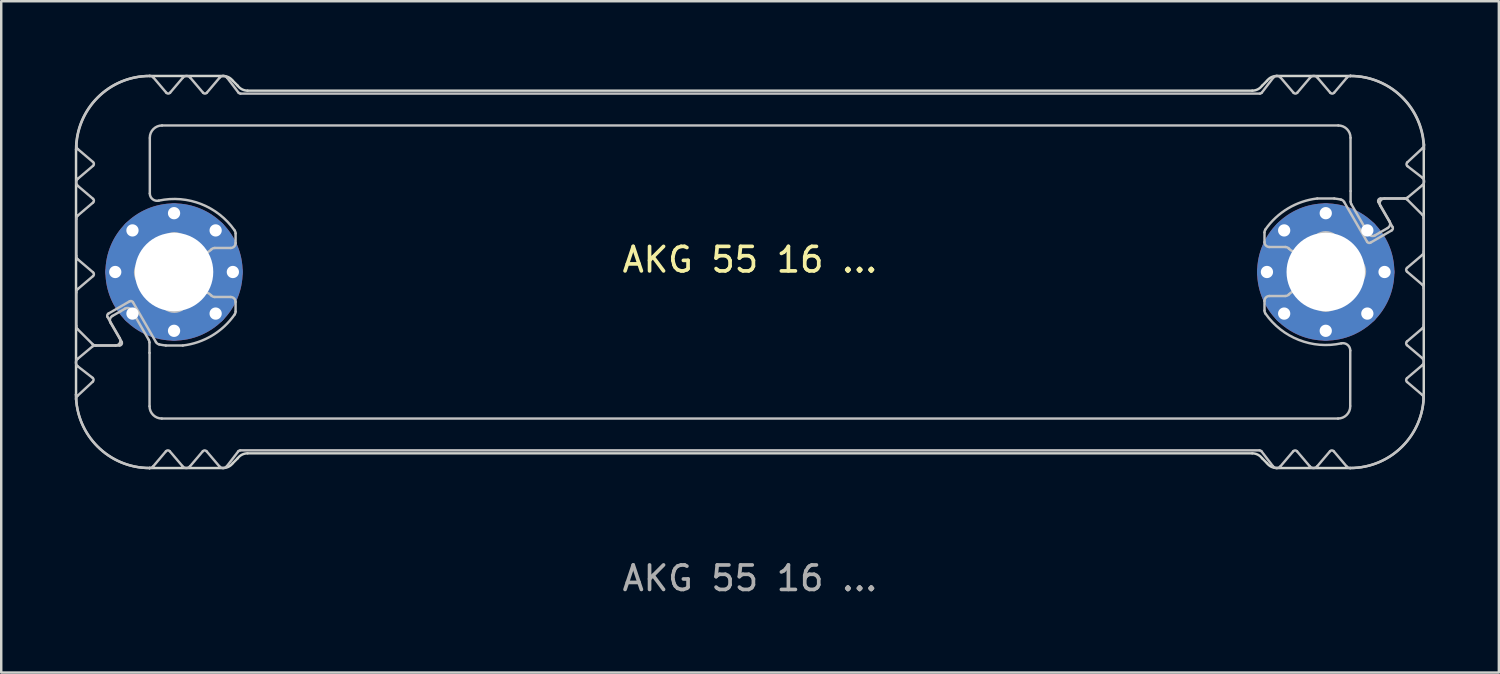
<source format=kicad_pcb>
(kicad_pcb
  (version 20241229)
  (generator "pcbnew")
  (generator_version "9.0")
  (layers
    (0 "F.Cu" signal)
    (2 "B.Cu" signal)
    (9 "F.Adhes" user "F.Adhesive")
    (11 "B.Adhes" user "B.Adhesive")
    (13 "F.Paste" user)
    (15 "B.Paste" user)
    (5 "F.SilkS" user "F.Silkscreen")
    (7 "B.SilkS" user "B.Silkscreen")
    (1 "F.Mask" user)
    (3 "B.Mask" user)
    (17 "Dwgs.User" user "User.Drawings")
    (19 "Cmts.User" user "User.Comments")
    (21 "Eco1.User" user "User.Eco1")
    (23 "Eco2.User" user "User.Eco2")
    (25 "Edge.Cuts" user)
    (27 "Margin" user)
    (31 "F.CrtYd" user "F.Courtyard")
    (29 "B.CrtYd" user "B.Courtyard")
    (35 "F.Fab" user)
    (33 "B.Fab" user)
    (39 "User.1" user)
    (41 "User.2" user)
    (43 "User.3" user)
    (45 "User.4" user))
  (footprint "AKG 55 16 ..."
    (layer "F.Cu")
    (at 27.553 8.05)
    (property "Reference" "AKG 55 16 ..." (at 0 -0.5 0) (unlocked yes) (layer "F.SilkS") (effects (font (size 1 1) (thickness 0.15))))
    (attr exclude_from_pos_files dnp)
    (fp_poly (pts (xy -24.546 6.7) (xy -24.546 3) (xy -25 3) (xy -26.646 3) (xy -27.446 3.7) (xy -26.646 4.4) (xy -27.446 5.1) (xy -27.446 8) (xy -24.546 8)) (stroke (width 0.1) (type solid)) (fill yes) (layer "B.Mask"))
    (fp_poly (pts (xy -20.846 -7.3) (xy 0.054 -7.3) (xy 0.054 -6) (xy -24.446 -6) (xy -24.446 -8) (xy -23.746 -7.2) (xy -22.996 -8) (xy -22.246 -7.2) (xy -21.496 -8)) (stroke (width 0.1) (type solid)) (fill yes) (layer "B.Mask"))
    (fp_poly (pts (xy -20.846 7.3) (xy 0.054 7.3) (xy 0.054 6) (xy -24.446 6) (xy -24.446 8) (xy -23.746 7.2) (xy -22.996 8) (xy -22.246 7.2) (xy -21.496 8)) (stroke (width 0.1) (type solid)) (fill yes) (layer "B.Mask"))
    (fp_poly (pts (xy 20.854 -7.3) (xy -0.046 -7.3) (xy -0.046 -6) (xy 24.454 -6) (xy 24.454 -8) (xy 23.754 -7.2) (xy 23.004 -8) (xy 22.254 -7.2) (xy 21.504 -8)) (stroke (width 0.1) (type solid)) (fill yes) (layer "B.Mask"))
    (fp_poly (pts (xy 20.854 7.3) (xy -0.046 7.3) (xy -0.046 6) (xy 24.454 6) (xy 24.454 8) (xy 23.754 7.2) (xy 23.004 8) (xy 22.254 7.2) (xy 21.504 8)) (stroke (width 0.1) (type solid)) (fill yes) (layer "B.Mask"))
    (fp_poly (pts (xy 24.554 -6.7) (xy 24.554 -4.7) (xy 24.554 -3) (xy 25.7 -3) (xy 26.654 -3) (xy 27.454 -3.7) (xy 26.654 -4.4) (xy 27.454 -5.1) (xy 27.454 -8) (xy 24.554 -8)) (stroke (width 0.1) (type solid)) (fill yes) (layer "B.Mask"))
    (fp_poly (pts (xy -24.546 -6.7) (xy -24.546 -4.7) (xy -24.546 3) (xy -26.646 3) (xy -27.5 2.3) (xy -27.5 0.9) (xy -26.646 0.1) (xy -27.446 -0.6) (xy -27.446 -2.2) (xy -26.546 -2.9) (xy -27.446 -3.7) (xy -26.646 -4.4) (xy -27.446 -5.1) (xy -27.446 -8) (xy -24.546 -8)) (stroke (width 0.1) (type solid)) (fill yes) (layer "B.Mask"))
    (fp_poly (pts (xy 24.554 6.7) (xy 24.554 4.7) (xy 24.554 -3) (xy 26.654 -3) (xy 27.5 -2.3) (xy 27.5 -0.8) (xy 26.654 -0.1) (xy 27.454 0.6) (xy 27.454 2.2) (xy 26.554 2.9) (xy 27.454 3.7) (xy 26.654 4.4) (xy 27.454 5.1) (xy 27.454 8) (xy 24.554 8)) (stroke (width 0.1) (type solid)) (fill yes) (layer "B.Mask"))
    (fp_line (start -27.489 -0.66) (end -27.489 -2.16) (stroke (width 0.1) (type solid)) (layer "Dwgs.User"))
    (fp_line (start -27.489 2.197) (end -27.489 0.84) (stroke (width 0.1) (type solid)) (layer "Dwgs.User"))
    (fp_line (start -27.439 5.053) (end -26.815 4.473) (stroke (width 0.1) (type solid)) (layer "Dwgs.User"))
    (fp_line (start -27.433 3.543) (end -26.839 3.046) (stroke (width 0.1) (type solid)) (layer "Dwgs.User"))
    (fp_line (start -27.419 -3.812) (end -26.805 -4.334) (stroke (width 0.1) (type solid)) (layer "Dwgs.User"))
    (fp_line (start -27.419 -2.312) (end -26.805 -2.834) (stroke (width 0.1) (type solid)) (layer "Dwgs.User"))
    (fp_line (start -27.419 0.688) (end -26.805 0.166) (stroke (width 0.1) (type solid)) (layer "Dwgs.User"))
    (fp_line (start -26.828 2.941) (end -27.431 2.339) (stroke (width 0.1) (type solid)) (layer "Dwgs.User"))
    (fp_line (start -26.822 4.321) (end -27.425 3.853) (stroke (width 0.1) (type solid)) (layer "Dwgs.User"))
    (fp_line (start -26.805 -4.486) (end -27.419 -5.008) (stroke (width 0.1) (type solid)) (layer "Dwgs.User"))
    (fp_line (start -26.805 -2.986) (end -27.419 -3.508) (stroke (width 0.1) (type solid)) (layer "Dwgs.User"))
    (fp_line (start -26.805 0.014) (end -27.419 -0.508) (stroke (width 0.1) (type solid)) (layer "Dwgs.User"))
    (fp_line (start -26.71 3) (end -25.727 3) (stroke (width 0.1) (type solid)) (layer "Dwgs.User"))
    (fp_line (start -26.216 1.834) (end -25.716 2.7) (stroke (width 0.1) (type solid)) (layer "Dwgs.User"))
    (fp_line (start -26.018 1.795) (end -25.683 1.602) (stroke (width 0.1) (type solid)) (layer "Dwgs.User"))
    (fp_line (start -25.889 3) (end -26.686 3) (stroke (width 0.1) (type solid)) (layer "Dwgs.User"))
    (fp_line (start -25.683 1.602) (end -25.499 1.495) (stroke (width 0.1) (type solid)) (layer "Dwgs.User"))
    (fp_line (start -25.64 2.85) (end -26.092 2.068) (stroke (width 0.1) (type solid)) (layer "Dwgs.User"))
    (fp_line (start -25.313 1.197) (end -26.179 1.697) (stroke (width 0.1) (type solid)) (layer "Dwgs.User"))
    (fp_line (start -25.225 1.568) (end -24.53 2.773) (stroke (width 0.1) (type solid)) (layer "Dwgs.User"))
    (fp_line (start -24.503 2.873) (end -24.503 3.3) (stroke (width 0.1) (type solid)) (layer "Dwgs.User"))
    (fp_line (start -24.502 8) (end -24.502 8) (stroke (width 0.1) (type solid)) (layer "Dwgs.User"))
    (fp_line (start -24.501 8) (end -24.502 8) (stroke (width 0.1) (type solid)) (layer "Dwgs.User"))
    (fp_line (start -24.5 3.3) (end -24.5 5.48) (stroke (width 0.1) (type solid)) (layer "Dwgs.User"))
    (fp_line (start -24.489 -5.456) (end -24.489 -3.205) (stroke (width 0.1) (type solid)) (layer "Dwgs.User"))
    (fp_line (start -24.336 -7.929) (end -23.815 -7.315) (stroke (width 0.1) (type solid)) (layer "Dwgs.User"))
    (fp_line (start -24.238 2.86) (end -25.177 1.234) (stroke (width 0.1) (type solid)) (layer "Dwgs.User"))
    (fp_line (start -24 5.98) (end 24 5.98) (stroke (width 0.1) (type solid)) (layer "Dwgs.User"))
    (fp_line (start -23.829 7.315) (end -24.349 7.929) (stroke (width 0.1) (type solid)) (layer "Dwgs.User"))
    (fp_line (start -23.663 -7.315) (end -23.142 -7.929) (stroke (width 0.1) (type solid)) (layer "Dwgs.User"))
    (fp_line (start -23.164 7.914) (end -23.674 7.315) (stroke (width 0.1) (type solid)) (layer "Dwgs.User"))
    (fp_line (start -23.143 3) (end -23.835 3) (stroke (width 0.1) (type solid)) (layer "Dwgs.User"))
    (fp_line (start -22.837 -7.929) (end -22.315 -7.315) (stroke (width 0.1) (type solid)) (layer "Dwgs.User"))
    (fp_line (start -22.326 7.315) (end -22.848 7.929) (stroke (width 0.1) (type solid)) (layer "Dwgs.User"))
    (fp_line (start -22.163 -7.315) (end -21.642 -7.929) (stroke (width 0.1) (type solid)) (layer "Dwgs.User"))
    (fp_line (start -21.838 1.02) (end -21.189 1.02) (stroke (width 0.1) (type solid)) (layer "Dwgs.User"))
    (fp_line (start -21.653 7.929) (end -22.174 7.315) (stroke (width 0.1) (type solid)) (layer "Dwgs.User"))
    (fp_line (start -21.33 -7.922) (end -20.869 -7.319) (stroke (width 0.1) (type solid)) (layer "Dwgs.User"))
    (fp_line (start -21.189 -0.98) (end -21.838 -0.98) (stroke (width 0.1) (type solid)) (layer "Dwgs.User"))
    (fp_line (start -20.989 -1.577) (end -20.989 -1.18) (stroke (width 0.1) (type solid)) (layer "Dwgs.User"))
    (fp_line (start -20.989 1.22) (end -20.989 1.617) (stroke (width 0.1) (type solid)) (layer "Dwgs.User"))
    (fp_line (start -20.879 7.319) (end -21.341 7.922) (stroke (width 0.1) (type solid)) (layer "Dwgs.User"))
    (fp_line (start -20.789 -7.28) (end 20.811 -7.28) (stroke (width 0.1) (type solid)) (layer "Dwgs.User"))
    (fp_line (start 20.8 7.28) (end -20.8 7.28) (stroke (width 0.1) (type solid)) (layer "Dwgs.User"))
    (fp_line (start 20.89 -7.319) (end 21.352 -7.922) (stroke (width 0.1) (type solid)) (layer "Dwgs.User"))
    (fp_line (start 21 -1.22) (end 21 -1.617) (stroke (width 0.1) (type solid)) (layer "Dwgs.User"))
    (fp_line (start 21 1.577) (end 21 1.18) (stroke (width 0.1) (type solid)) (layer "Dwgs.User"))
    (fp_line (start 21.2 0.98) (end 21.849 0.98) (stroke (width 0.1) (type solid)) (layer "Dwgs.User"))
    (fp_line (start 21.341 7.922) (end 20.879 7.319) (stroke (width 0.1) (type solid)) (layer "Dwgs.User"))
    (fp_line (start 21.663 -7.929) (end 22.185 -7.315) (stroke (width 0.1) (type solid)) (layer "Dwgs.User"))
    (fp_line (start 21.849 -1.02) (end 21.2 -1.02) (stroke (width 0.1) (type solid)) (layer "Dwgs.User"))
    (fp_line (start 22.174 7.315) (end 21.652 7.929) (stroke (width 0.1) (type solid)) (layer "Dwgs.User"))
    (fp_line (start 22.337 -7.315) (end 22.858 -7.929) (stroke (width 0.1) (type solid)) (layer "Dwgs.User"))
    (fp_line (start 22.847 7.929) (end 22.326 7.315) (stroke (width 0.1) (type solid)) (layer "Dwgs.User"))
    (fp_line (start 23.154 -3) (end 23.846 -3) (stroke (width 0.1) (type solid)) (layer "Dwgs.User"))
    (fp_line (start 23.175 -7.914) (end 23.685 -7.315) (stroke (width 0.1) (type solid)) (layer "Dwgs.User"))
    (fp_line (start 23.674 7.315) (end 23.152 7.929) (stroke (width 0.1) (type solid)) (layer "Dwgs.User"))
    (fp_line (start 23.84 -7.315) (end 24.36 -7.929) (stroke (width 0.1) (type solid)) (layer "Dwgs.User"))
    (fp_line (start 24.011 -5.98) (end -23.989 -5.98) (stroke (width 0.1) (type solid)) (layer "Dwgs.User"))
    (fp_line (start 24.249 -2.86) (end 25.188 -1.234) (stroke (width 0.1) (type solid)) (layer "Dwgs.User"))
    (fp_line (start 24.346 7.929) (end 23.826 7.315) (stroke (width 0.1) (type solid)) (layer "Dwgs.User"))
    (fp_line (start 24.499 5.456) (end 24.5 3.205) (stroke (width 0.1) (type solid)) (layer "Dwgs.User"))
    (fp_line (start 24.512 -8) (end 24.512 -8) (stroke (width 0.1) (type solid)) (layer "Dwgs.User"))
    (fp_line (start 24.512 -8) (end 24.513 -8) (stroke (width 0.1) (type solid)) (layer "Dwgs.User"))
    (fp_line (start 24.514 -3.305) (end 24.511 -5.476) (stroke (width 0.1) (type solid)) (layer "Dwgs.User"))
    (fp_line (start 24.514 -2.873) (end 24.514 -3.3) (stroke (width 0.1) (type solid)) (layer "Dwgs.User"))
    (fp_line (start 25.236 -1.568) (end 24.541 -2.773) (stroke (width 0.1) (type solid)) (layer "Dwgs.User"))
    (fp_line (start 25.324 -1.197) (end 26.19 -1.697) (stroke (width 0.1) (type solid)) (layer "Dwgs.User"))
    (fp_line (start 25.651 -2.85) (end 26.102 -2.068) (stroke (width 0.1) (type solid)) (layer "Dwgs.User"))
    (fp_line (start 25.694 -1.602) (end 25.509 -1.495) (stroke (width 0.1) (type solid)) (layer "Dwgs.User"))
    (fp_line (start 25.9 -3) (end 26.697 -3) (stroke (width 0.1) (type solid)) (layer "Dwgs.User"))
    (fp_line (start 26.029 -1.795) (end 25.694 -1.602) (stroke (width 0.1) (type solid)) (layer "Dwgs.User"))
    (fp_line (start 26.227 -1.834) (end 25.727 -2.7) (stroke (width 0.1) (type solid)) (layer "Dwgs.User"))
    (fp_line (start 26.721 -3) (end 25.738 -3) (stroke (width 0.1) (type solid)) (layer "Dwgs.User"))
    (fp_line (start 26.815 -0.014) (end 27.429 0.508) (stroke (width 0.1) (type solid)) (layer "Dwgs.User"))
    (fp_line (start 26.815 2.986) (end 27.429 3.508) (stroke (width 0.1) (type solid)) (layer "Dwgs.User"))
    (fp_line (start 26.815 4.486) (end 27.429 5.008) (stroke (width 0.1) (type solid)) (layer "Dwgs.User"))
    (fp_line (start 26.832 -4.321) (end 27.436 -3.853) (stroke (width 0.1) (type solid)) (layer "Dwgs.User"))
    (fp_line (start 26.839 -2.941) (end 27.441 -2.339) (stroke (width 0.1) (type solid)) (layer "Dwgs.User"))
    (fp_line (start 27.429 -0.688) (end 26.815 -0.166) (stroke (width 0.1) (type solid)) (layer "Dwgs.User"))
    (fp_line (start 27.429 2.312) (end 26.815 2.834) (stroke (width 0.1) (type solid)) (layer "Dwgs.User"))
    (fp_line (start 27.429 3.812) (end 26.815 4.334) (stroke (width 0.1) (type solid)) (layer "Dwgs.User"))
    (fp_line (start 27.443 -3.543) (end 26.849 -3.047) (stroke (width 0.1) (type solid)) (layer "Dwgs.User"))
    (fp_line (start 27.45 -5.053) (end 26.826 -4.473) (stroke (width 0.1) (type solid)) (layer "Dwgs.User"))
    (fp_line (start 27.5 -2.197) (end 27.5 -0.84) (stroke (width 0.1) (type solid)) (layer "Dwgs.User"))
    (fp_line (start 27.5 0.66) (end 27.5 2.16) (stroke (width 0.1) (type solid)) (layer "Dwgs.User"))
    (fp_arc (start -27.502431 5.214496) (mid -27.48921 5.126511) (end -27.439103 5.05299) (stroke (width 0.1) (type solid)) (layer "Dwgs.User"))
    (fp_arc (start -27.48919 -2.16003) (mid -27.470691 -2.24403) (end -27.418628 -2.312496) (stroke (width 0.1) (type solid)) (layer "Dwgs.User"))
    (fp_arc (start -27.48919 0.83997) (mid -27.470691 0.75597) (end -27.418628 0.687504) (stroke (width 0.1) (type solid)) (layer "Dwgs.User"))
    (fp_arc (start -27.488629 -5.00003) (mid -26.609776 -7.121528) (end -24.488132 -8.00003) (stroke (width 0.1) (type solid)) (layer "Dwgs.User"))
    (fp_arc (start -27.430611 2.338548) (mid -27.473952 2.273658) (end -27.48919 2.197127) (stroke (width 0.1) (type solid)) (layer "Dwgs.User"))
    (fp_arc (start -27.425499 3.853059) (mid -27.502937 3.699538) (end -27.432592 3.542641) (stroke (width 0.1) (type solid)) (layer "Dwgs.User"))
    (fp_arc (start -27.418628 -5.007564) (mid -27.473021 -5.081251) (end -27.488863 -5.171459) (stroke (width 0.1) (type solid)) (layer "Dwgs.User"))
    (fp_arc (start -27.418628 -3.507564) (mid -27.489188 -3.66003) (end -27.418628 -3.812496) (stroke (width 0.1) (type solid)) (layer "Dwgs.User"))
    (fp_arc (start -27.418628 -0.507564) (mid -27.470694 -0.576029) (end -27.48919 -0.66003) (stroke (width 0.1) (type solid)) (layer "Dwgs.User"))
    (fp_arc (start -26.838668 3.046481) (mid -26.778648 3.011946) (end -26.710445 2.99997) (stroke (width 0.1) (type solid)) (layer "Dwgs.User"))
    (fp_arc (start -26.821739 4.320925) (mid -26.783088 4.395508) (end -26.814937 4.473239) (stroke (width 0.1) (type solid)) (layer "Dwgs.User"))
    (fp_arc (start -26.804583 -4.486263) (mid -26.769295 -4.41003) (end -26.804583 -4.333797) (stroke (width 0.1) (type solid)) (layer "Dwgs.User"))
    (fp_arc (start -26.804583 -2.986263) (mid -26.769295 -2.91003) (end -26.804583 -2.833797) (stroke (width 0.1) (type solid)) (layer "Dwgs.User"))
    (fp_arc (start -26.804583 0.013737) (mid -26.769295 0.08997) (end -26.804583 0.166203) (stroke (width 0.1) (type solid)) (layer "Dwgs.User"))
    (fp_arc (start -26.686347 2.99997) (mid -26.762877 2.984729) (end -26.827769 2.941391) (stroke (width 0.1) (type solid)) (layer "Dwgs.User"))
    (fp_arc (start -26.215985 1.833944) (mid -26.225952 1.758068) (end -26.179382 1.697342) (stroke (width 0.1) (type solid)) (layer "Dwgs.User"))
    (fp_arc (start -26.091514 2.068343) (mid -26.111468 1.916586) (end -26.018309 1.795138) (stroke (width 0.1) (type solid)) (layer "Dwgs.User"))
    (fp_arc (start -25.715985 2.69997) (mid -25.715978 2.899974) (end -25.88919 2.99997) (stroke (width 0.1) (type solid)) (layer "Dwgs.User"))
    (fp_arc (start -25.640241 2.84997) (mid -25.640233 2.949975) (end -25.726844 2.99997) (stroke (width 0.1) (type solid)) (layer "Dwgs.User"))
    (fp_arc (start -25.498694 1.495138) (mid -25.346932 1.475166) (end -25.225489 1.568343) (stroke (width 0.1) (type solid)) (layer "Dwgs.User"))
    (fp_arc (start -25.313357 1.197342) (mid -25.237484 1.187387) (end -25.176754 1.233944) (stroke (width 0.1) (type solid)) (layer "Dwgs.User"))
    (fp_arc (start -24.65419 -0.556897) (mid -24.408426 -0.899266) (end -24.066057 -1.14503) (stroke (width 0.1) (type solid)) (layer "Dwgs.User"))
    (fp_arc (start -24.65419 0.596836) (mid -25.08919 0.019969) (end -24.65419 -0.556897) (stroke (width 0.1) (type solid)) (layer "Dwgs.User"))
    (fp_arc (start -24.529787 2.773333) (mid -24.509797 2.821567) (end -24.502992 2.873333) (stroke (width 0.1) (type solid)) (layer "Dwgs.User"))
    (fp_arc (start -24.501935 7.99997) (mid -26.623559 7.121448) (end -27.502431 4.99997) (stroke (width 0.1) (type solid)) (layer "Dwgs.User"))
    (fp_arc (start -24.48919 -5.48003) (mid -24.342738 -5.833578) (end -23.98919 -5.98003) (stroke (width 0.1) (type solid)) (layer "Dwgs.User"))
    (fp_arc (start -24.488132 -8.00003) (mid -24.404059 -7.98147) (end -24.335563 -7.929306) (stroke (width 0.1) (type solid)) (layer "Dwgs.User"))
    (fp_arc (start -24.349192 7.929246) (mid -24.417408 7.9813) (end -24.501161 7.999969) (stroke (width 0.1) (type solid)) (layer "Dwgs.User"))
    (fp_arc (start -24.125554 -2.911761) (mid -24.377487 -2.97138) (end -24.48919 -3.204934) (stroke (width 0.1) (type solid)) (layer "Dwgs.User"))
    (fp_arc (start -24.125554 -2.911761) (mid -22.390142 -2.771458) (end -21.024904 -1.690965) (stroke (width 0.1) (type solid)) (layer "Dwgs.User"))
    (fp_arc (start -24.105732 2.955932) (mid -24.181984 2.922143) (end -24.237834 2.860201) (stroke (width 0.1) (type solid)) (layer "Dwgs.User"))
    (fp_arc (start -24.066057 -1.14503) (mid -23.48919 -1.58003) (end -22.912323 -1.14503) (stroke (width 0.1) (type solid)) (layer "Dwgs.User"))
    (fp_arc (start -24.066057 1.18497) (mid -24.40843 0.939209) (end -24.65419 0.596836) (stroke (width 0.1) (type solid)) (layer "Dwgs.User"))
    (fp_arc (start -24.000049 5.97997) (mid -24.353577 5.833498) (end -24.500049 5.47997) (stroke (width 0.1) (type solid)) (layer "Dwgs.User"))
    (fp_arc (start -23.835022 2.99997) (mid -23.970881 2.981048) (end -24.105732 2.955932) (stroke (width 0.1) (type solid)) (layer "Dwgs.User"))
    (fp_arc (start -23.829121 7.315332) (mid -23.751541 7.278264) (end -23.673885 7.315171) (stroke (width 0.1) (type solid)) (layer "Dwgs.User"))
    (fp_arc (start -23.662951 -7.315318) (mid -23.739181 -7.280019) (end -23.815417 -7.315305) (stroke (width 0.1) (type solid)) (layer "Dwgs.User"))
    (fp_arc (start -23.141667 -7.929455) (mid -22.98919 -8.000029) (end -22.836712 -7.929455) (stroke (width 0.1) (type solid)) (layer "Dwgs.User"))
    (fp_arc (start -22.912323 -1.14503) (mid -22.730199 -1.035459) (end -22.568362 -0.897677) (stroke (width 0.1) (type solid)) (layer "Dwgs.User"))
    (fp_arc (start -22.912323 1.18497) (mid -23.48919 1.61997) (end -24.066057 1.18497) (stroke (width 0.1) (type solid)) (layer "Dwgs.User"))
    (fp_arc (start -22.847571 7.929394) (mid -23.009557 7.999707) (end -23.164131 7.914325) (stroke (width 0.1) (type solid)) (layer "Dwgs.User"))
    (fp_arc (start -22.568362 0.937617) (mid -22.730203 1.075392) (end -22.912323 1.18497) (stroke (width 0.1) (type solid)) (layer "Dwgs.User"))
    (fp_arc (start -22.568362 0.937617) (mid -22.274243 0.820096) (end -21.986888 0.953303) (stroke (width 0.1) (type solid)) (layer "Dwgs.User"))
    (fp_arc (start -22.326288 7.315258) (mid -22.250049 7.27997) (end -22.17381 7.315258) (stroke (width 0.1) (type solid)) (layer "Dwgs.User"))
    (fp_arc (start -22.162951 -7.315318) (mid -22.23919 -7.28003) (end -22.315429 -7.315318) (stroke (width 0.1) (type solid)) (layer "Dwgs.User"))
    (fp_arc (start -21.986888 -0.913364) (mid -22.274244 -0.780195) (end -22.568362 -0.897677) (stroke (width 0.1) (type solid)) (layer "Dwgs.User"))
    (fp_arc (start -21.986888 -0.913364) (mid -21.919468 -0.962607) (end -21.837817 -0.98003) (stroke (width 0.1) (type solid)) (layer "Dwgs.User"))
    (fp_arc (start -21.837817 1.01997) (mid -21.919464 1.002537) (end -21.986888 0.953303) (stroke (width 0.1) (type solid)) (layer "Dwgs.User"))
    (fp_arc (start -21.641667 -7.929455) (mid -21.484216 -7.999958) (end -21.330466 -7.921713) (stroke (width 0.1) (type solid)) (layer "Dwgs.User"))
    (fp_arc (start -21.341325 7.921653) (mid -21.495076 7.999873) (end -21.652527 7.929394) (stroke (width 0.1) (type solid)) (layer "Dwgs.User"))
    (fp_arc (start -21.18919 1.01997) (mid -21.047772 1.078552) (end -20.98919 1.21997) (stroke (width 0.1) (type solid)) (layer "Dwgs.User"))
    (fp_arc (start -21.024904 -1.690965) (mid -20.998333 -1.636662) (end -20.98919 -1.576902) (stroke (width 0.1) (type solid)) (layer "Dwgs.User"))
    (fp_arc (start -21.024904 1.730904) (mid -21.947492 2.593529) (end -23.143358 2.99997) (stroke (width 0.1) (type solid)) (layer "Dwgs.User"))
    (fp_arc (start -20.98919 -1.18003) (mid -21.047762 -1.038602) (end -21.18919 -0.98003) (stroke (width 0.1) (type solid)) (layer "Dwgs.User"))
    (fp_arc (start -20.98919 1.616842) (mid -20.998317 1.676607) (end -21.024904 1.730904) (stroke (width 0.1) (type solid)) (layer "Dwgs.User"))
    (fp_arc (start -20.879411 7.319129) (mid -20.844304 7.290279) (end -20.800049 7.27997) (stroke (width 0.1) (type solid)) (layer "Dwgs.User"))
    (fp_arc (start -20.78919 -7.28003) (mid -20.83344 -7.29035) (end -20.868552 -7.319189) (stroke (width 0.1) (type solid)) (layer "Dwgs.User"))
    (fp_arc (start 20.799951 7.27997) (mid 20.844205 7.290294) (end 20.879313 7.319129) (stroke (width 0.1) (type solid)) (layer "Dwgs.User"))
    (fp_arc (start 20.890172 -7.319189) (mid 20.855062 -7.290341) (end 20.81081 -7.28003) (stroke (width 0.1) (type solid)) (layer "Dwgs.User"))
    (fp_arc (start 20.999951 -1.616902) (mid 21.009091 -1.676662) (end 21.035665 -1.730964) (stroke (width 0.1) (type solid)) (layer "Dwgs.User"))
    (fp_arc (start 20.999951 1.17997) (mid 21.058508 1.038521) (end 21.199951 0.97997) (stroke (width 0.1) (type solid)) (layer "Dwgs.User"))
    (fp_arc (start 21.035665 -1.730964) (mid 21.958242 -2.593614) (end 23.154119 -3.00003) (stroke (width 0.1) (type solid)) (layer "Dwgs.User"))
    (fp_arc (start 21.035665 1.690905) (mid 21.009083 1.636604) (end 20.999951 1.576842) (stroke (width 0.1) (type solid)) (layer "Dwgs.User"))
    (fp_arc (start 21.199951 -1.02003) (mid 21.058537 -1.078622) (end 20.999951 -1.22003) (stroke (width 0.1) (type solid)) (layer "Dwgs.User"))
    (fp_arc (start 21.352086 -7.921713) (mid 21.505833 -7.999949) (end 21.663288 -7.929455) (stroke (width 0.1) (type solid)) (layer "Dwgs.User"))
    (fp_arc (start 21.652429 7.929394) (mid 21.494997 7.999846) (end 21.341227 7.921653) (stroke (width 0.1) (type solid)) (layer "Dwgs.User"))
    (fp_arc (start 21.848578 -1.02003) (mid 21.930228 -1.002607) (end 21.997649 -0.953363) (stroke (width 0.1) (type solid)) (layer "Dwgs.User"))
    (fp_arc (start 21.997649 0.913304) (mid 21.930221 0.96252) (end 21.848578 0.97997) (stroke (width 0.1) (type solid)) (layer "Dwgs.User"))
    (fp_arc (start 21.997649 0.913304) (mid 22.285007 0.78012) (end 22.579123 0.897617) (stroke (width 0.1) (type solid)) (layer "Dwgs.User"))
    (fp_arc (start 22.173712 7.315258) (mid 22.249951 7.27997) (end 22.32619 7.315258) (stroke (width 0.1) (type solid)) (layer "Dwgs.User"))
    (fp_arc (start 22.337049 -7.315318) (mid 22.26081 -7.28003) (end 22.184571 -7.315318) (stroke (width 0.1) (type solid)) (layer "Dwgs.User"))
    (fp_arc (start 22.579123 -0.937677) (mid 22.285008 -0.820173) (end 21.997649 -0.953363) (stroke (width 0.1) (type solid)) (layer "Dwgs.User"))
    (fp_arc (start 22.579123 -0.937677) (mid 22.740962 -1.075457) (end 22.923084 -1.18503) (stroke (width 0.1) (type solid)) (layer "Dwgs.User"))
    (fp_arc (start 22.858333 -7.929455) (mid 23.020316 -7.999785) (end 23.174892 -7.914385) (stroke (width 0.1) (type solid)) (layer "Dwgs.User"))
    (fp_arc (start 22.923084 -1.18503) (mid 23.499951 -1.62003) (end 24.076818 -1.18503) (stroke (width 0.1) (type solid)) (layer "Dwgs.User"))
    (fp_arc (start 22.923084 1.14497) (mid 22.740965 1.035392) (end 22.579123 0.897617) (stroke (width 0.1) (type solid)) (layer "Dwgs.User"))
    (fp_arc (start 23.152429 7.929394) (mid 22.999951 7.99997) (end 22.847473 7.929394) (stroke (width 0.1) (type solid)) (layer "Dwgs.User"))
    (fp_arc (start 23.673712 7.315258) (mid 23.749959 7.279908) (end 23.826178 7.315245) (stroke (width 0.1) (type solid)) (layer "Dwgs.User"))
    (fp_arc (start 23.839882 -7.315392) (mid 23.762303 -7.278341) (end 23.684646 -7.315231) (stroke (width 0.1) (type solid)) (layer "Dwgs.User"))
    (fp_arc (start 23.845783 -3.00003) (mid 23.981642 -2.981106) (end 24.116493 -2.955992) (stroke (width 0.1) (type solid)) (layer "Dwgs.User"))
    (fp_arc (start 24.01081 -5.98003) (mid 24.364368 -5.833582) (end 24.51081 -5.48003) (stroke (width 0.1) (type solid)) (layer "Dwgs.User"))
    (fp_arc (start 24.076818 -1.18503) (mid 24.419179 -0.939258) (end 24.664951 -0.596896) (stroke (width 0.1) (type solid)) (layer "Dwgs.User"))
    (fp_arc (start 24.076818 1.14497) (mid 23.499951 1.57997) (end 22.923084 1.14497) (stroke (width 0.1) (type solid)) (layer "Dwgs.User"))
    (fp_arc (start 24.116493 -2.955992) (mid 24.19276 -2.922223) (end 24.248595 -2.860261) (stroke (width 0.1) (type solid)) (layer "Dwgs.User"))
    (fp_arc (start 24.136315 2.9117) (mid 22.400893 2.771423) (end 21.035665 1.690905) (stroke (width 0.1) (type solid)) (layer "Dwgs.User"))
    (fp_arc (start 24.136315 2.9117) (mid 24.388259 2.971301) (end 24.499951 3.204873) (stroke (width 0.1) (type solid)) (layer "Dwgs.User"))
    (fp_arc (start 24.359953 -7.929306) (mid 24.428162 -7.98138) (end 24.511922 -8.000029) (stroke (width 0.1) (type solid)) (layer "Dwgs.User"))
    (fp_arc (start 24.498893 7.99997) (mid 24.414817 7.981423) (end 24.346324 7.929246) (stroke (width 0.1) (type solid)) (layer "Dwgs.User"))
    (fp_arc (start 24.499951 5.47997) (mid 24.353483 5.833496) (end 23.999951 5.97997) (stroke (width 0.1) (type solid)) (layer "Dwgs.User"))
    (fp_arc (start 24.512696 -8.00003) (mid 26.634342 -7.121531) (end 27.513192 -5.00003) (stroke (width 0.1) (type solid)) (layer "Dwgs.User"))
    (fp_arc (start 24.540548 -2.773393) (mid 24.520566 -2.821629) (end 24.513753 -2.873393) (stroke (width 0.1) (type solid)) (layer "Dwgs.User"))
    (fp_arc (start 24.664951 -0.596896) (mid 25.099993 -0.02003) (end 24.664951 0.556837) (stroke (width 0.1) (type solid)) (layer "Dwgs.User"))
    (fp_arc (start 24.664951 0.556837) (mid 24.419184 0.899202) (end 24.076818 1.14497) (stroke (width 0.1) (type solid)) (layer "Dwgs.User"))
    (fp_arc (start 25.324118 -1.197402) (mid 25.248228 -1.1874) (end 25.187515 -1.234004) (stroke (width 0.1) (type solid)) (layer "Dwgs.User"))
    (fp_arc (start 25.509455 -1.495198) (mid 25.357701 -1.475253) (end 25.23625 -1.568403) (stroke (width 0.1) (type solid)) (layer "Dwgs.User"))
    (fp_arc (start 25.651002 -2.85003) (mid 25.651009 -2.950026) (end 25.737605 -3.00003) (stroke (width 0.1) (type solid)) (layer "Dwgs.User"))
    (fp_arc (start 25.726746 -2.70003) (mid 25.726772 -2.900014) (end 25.899951 -3.00003) (stroke (width 0.1) (type solid)) (layer "Dwgs.User"))
    (fp_arc (start 26.102275 -2.068403) (mid 26.122244 -1.916642) (end 26.02907 -1.795198) (stroke (width 0.1) (type solid)) (layer "Dwgs.User"))
    (fp_arc (start 26.226746 -1.834004) (mid 26.236734 -1.758118) (end 26.190143 -1.697402) (stroke (width 0.1) (type solid)) (layer "Dwgs.User"))
    (fp_arc (start 26.697108 -3.00003) (mid 26.773645 -2.984805) (end 26.83853 -2.941451) (stroke (width 0.1) (type solid)) (layer "Dwgs.User"))
    (fp_arc (start 26.815344 -0.013797) (mid 26.780099 -0.090019) (end 26.815344 -0.166263) (stroke (width 0.1) (type solid)) (layer "Dwgs.User"))
    (fp_arc (start 26.815344 2.986203) (mid 26.780099 2.909981) (end 26.815344 2.833737) (stroke (width 0.1) (type solid)) (layer "Dwgs.User"))
    (fp_arc (start 26.815344 4.486203) (mid 26.780099 4.409981) (end 26.815344 4.333737) (stroke (width 0.1) (type solid)) (layer "Dwgs.User"))
    (fp_arc (start 26.8325 -4.320985) (mid 26.793877 -4.395569) (end 26.825698 -4.473299) (stroke (width 0.1) (type solid)) (layer "Dwgs.User"))
    (fp_arc (start 26.849429 -3.046541) (mid 26.789406 -3.012014) (end 26.721206 -3.00003) (stroke (width 0.1) (type solid)) (layer "Dwgs.User"))
    (fp_arc (start 27.429389 0.507504) (mid 27.481453 0.57597) (end 27.499951 0.65997) (stroke (width 0.1) (type solid)) (layer "Dwgs.User"))
    (fp_arc (start 27.429389 3.507504) (mid 27.499991 3.659981) (end 27.429389 3.812436) (stroke (width 0.1) (type solid)) (layer "Dwgs.User"))
    (fp_arc (start 27.429389 5.007504) (mid 27.483796 5.081185) (end 27.499624 5.171399) (stroke (width 0.1) (type solid)) (layer "Dwgs.User"))
    (fp_arc (start 27.43626 -3.853119) (mid 27.513725 -3.699599) (end 27.443353 -3.542701) (stroke (width 0.1) (type solid)) (layer "Dwgs.User"))
    (fp_arc (start 27.441372 -2.338608) (mid 27.484711 -2.27372) (end 27.499951 -2.197187) (stroke (width 0.1) (type solid)) (layer "Dwgs.User"))
    (fp_arc (start 27.49939 4.99997) (mid 26.620538 7.121469) (end 24.498893 7.99997) (stroke (width 0.1) (type solid)) (layer "Dwgs.User"))
    (fp_arc (start 27.499951 -0.84003) (mid 27.481469 -0.756017) (end 27.429389 -0.687564) (stroke (width 0.1) (type solid)) (layer "Dwgs.User"))
    (fp_arc (start 27.499951 2.15997) (mid 27.481469 2.243983) (end 27.429389 2.312436) (stroke (width 0.1) (type solid)) (layer "Dwgs.User"))
    (fp_arc (start 27.513192 -5.214556) (mid 27.499916 -5.126598) (end 27.449864 -5.05305) (stroke (width 0.1) (type solid)) (layer "Dwgs.User"))
    (fp_line (start -27.5 -5) (end -27.5 5) (stroke (width 0.1) (type solid)) (layer "Edge.Cuts"))
    (fp_line (start -24.5 -8) (end -21.5 -8) (stroke (width 0.1) (type solid)) (layer "Edge.Cuts"))
    (fp_line (start -24.5 8) (end -21.5 8) (stroke (width 0.1) (type solid)) (layer "Edge.Cuts"))
    (fp_line (start -20.9 -7.6) (end -21.1 -7.8) (stroke (width 0.1) (type solid)) (layer "Edge.Cuts"))
    (fp_line (start -20.9 7.6) (end -21.1 7.8) (stroke (width 0.1) (type solid)) (layer "Edge.Cuts"))
    (fp_line (start -20.5 -7.4) (end 20.5 -7.4) (stroke (width 0.1) (type solid)) (layer "Edge.Cuts"))
    (fp_line (start -20.5 7.4) (end 20.5 7.4) (stroke (width 0.1) (type solid)) (layer "Edge.Cuts"))
    (fp_line (start 20.9 -7.6) (end 21.1 -7.8) (stroke (width 0.1) (type solid)) (layer "Edge.Cuts"))
    (fp_line (start 20.9 7.6) (end 21.1 7.8) (stroke (width 0.1) (type solid)) (layer "Edge.Cuts"))
    (fp_line (start 24.5 -8) (end 21.5 -8) (stroke (width 0.1) (type solid)) (layer "Edge.Cuts"))
    (fp_line (start 24.5 8) (end 21.5 8) (stroke (width 0.1) (type solid)) (layer "Edge.Cuts"))
    (fp_line (start 27.5 -5) (end 27.5 5) (stroke (width 0.1) (type solid)) (layer "Edge.Cuts"))
    (fp_arc (start -27.5 -5) (mid -26.62132 -7.12132) (end -24.5 -8) (stroke (width 0.1) (type solid)) (layer "Edge.Cuts"))
    (fp_arc (start -24.5 8) (mid -26.62132 7.12132) (end -27.5 5) (stroke (width 0.1) (type solid)) (layer "Edge.Cuts"))
    (fp_arc (start -21.5 -8) (mid -21.276393 -7.947214) (end -21.1 -7.8) (stroke (width 0.1) (type solid)) (layer "Edge.Cuts"))
    (fp_arc (start -21.1 7.8) (mid -21.276393 7.947214) (end -21.5 8) (stroke (width 0.1) (type solid)) (layer "Edge.Cuts"))
    (fp_arc (start -20.9 7.6) (mid -20.723607 7.452786) (end -20.5 7.4) (stroke (width 0.1) (type solid)) (layer "Edge.Cuts"))
    (fp_arc (start -20.5 -7.4) (mid -20.723607 -7.452786) (end -20.9 -7.6) (stroke (width 0.1) (type solid)) (layer "Edge.Cuts"))
    (fp_arc (start 20.5 7.4) (mid 20.723607 7.452786) (end 20.9 7.6) (stroke (width 0.1) (type solid)) (layer "Edge.Cuts"))
    (fp_arc (start 20.9 -7.6) (mid 20.723607 -7.452786) (end 20.5 -7.4) (stroke (width 0.1) (type solid)) (layer "Edge.Cuts"))
    (fp_arc (start 21.1 -7.8) (mid 21.276393 -7.947214) (end 21.5 -8) (stroke (width 0.1) (type solid)) (layer "Edge.Cuts"))
    (fp_arc (start 21.5 8) (mid 21.276393 7.947214) (end 21.1 7.8) (stroke (width 0.1) (type solid)) (layer "Edge.Cuts"))
    (fp_arc (start 24.5 -8) (mid 26.62132 -7.12132) (end 27.5 -5) (stroke (width 0.1) (type solid)) (layer "Edge.Cuts"))
    (fp_arc (start 27.5 5) (mid 26.62132 7.12132) (end 24.5 8) (stroke (width 0.1) (type solid)) (layer "Edge.Cuts"))
    (fp_text user "${REFERENCE}" (at 0 12.5 0) (layer "F.Fab") (effects (font (size 1 1) (thickness 0.15))))
    (pad "1" thru_hole circle (at -25.9 0) (size 0.8 0.8) (drill 0.5) (layers "*.Cu" "*.Mask"))
    (pad "1" thru_hole circle (at -25.197 -1.697) (size 0.8 0.8) (drill 0.5) (layers "*.Cu" "*.Mask"))
    (pad "1" thru_hole circle (at -25.197 1.697) (size 0.8 0.8) (drill 0.5) (layers "*.Cu" "*.Mask"))
    (pad "1" thru_hole circle (at -23.5 -2.4) (size 0.8 0.8) (drill 0.5) (layers "*.Cu" "*.Mask"))
    (pad "1" thru_hole circle (at -23.5 0) (size 5.6 5.6) (drill 3.2) (layers "*.Cu" "*.Mask"))
    (pad "1" thru_hole circle (at -23.5 2.4) (size 0.8 0.8) (drill 0.5) (layers "*.Cu" "*.Mask"))
    (pad "1" thru_hole circle (at -21.803 -1.697) (size 0.8 0.8) (drill 0.5) (layers "*.Cu" "*.Mask"))
    (pad "1" thru_hole circle (at -21.803 1.697) (size 0.8 0.8) (drill 0.5) (layers "*.Cu" "*.Mask"))
    (pad "1" thru_hole circle (at -21.1 0) (size 0.8 0.8) (drill 0.5) (layers "*.Cu" "*.Mask"))
    (pad "1" thru_hole circle (at 21.1 0) (size 0.8 0.8) (drill 0.5) (layers "*.Cu" "*.Mask"))
    (pad "1" thru_hole circle (at 21.803 -1.697) (size 0.8 0.8) (drill 0.5) (layers "*.Cu" "*.Mask"))
    (pad "1" thru_hole circle (at 21.803 1.697) (size 0.8 0.8) (drill 0.5) (layers "*.Cu" "*.Mask"))
    (pad "1" thru_hole circle (at 23.5 -2.4) (size 0.8 0.8) (drill 0.5) (layers "*.Cu" "*.Mask"))
    (pad "1" thru_hole circle (at 23.5 0) (size 5.6 5.6) (drill 3.2) (layers "*.Cu" "*.Mask"))
    (pad "1" thru_hole circle (at 23.5 2.4) (size 0.8 0.8) (drill 0.5) (layers "*.Cu" "*.Mask"))
    (pad "1" thru_hole circle (at 25.197 -1.697) (size 0.8 0.8) (drill 0.5) (layers "*.Cu" "*.Mask"))
    (pad "1" thru_hole circle (at 25.197 1.697) (size 0.8 0.8) (drill 0.5) (layers "*.Cu" "*.Mask"))
    (pad "1" thru_hole circle (at 25.9 0) (size 0.8 0.8) (drill 0.5) (layers "*.Cu" "*.Mask")))
  (gr_rect
    (start -3 -3)
    (end 58.117 24.398)
    (stroke (width 0.1) (type default))
    (fill no)
    (layer "Edge.Cuts")))
</source>
